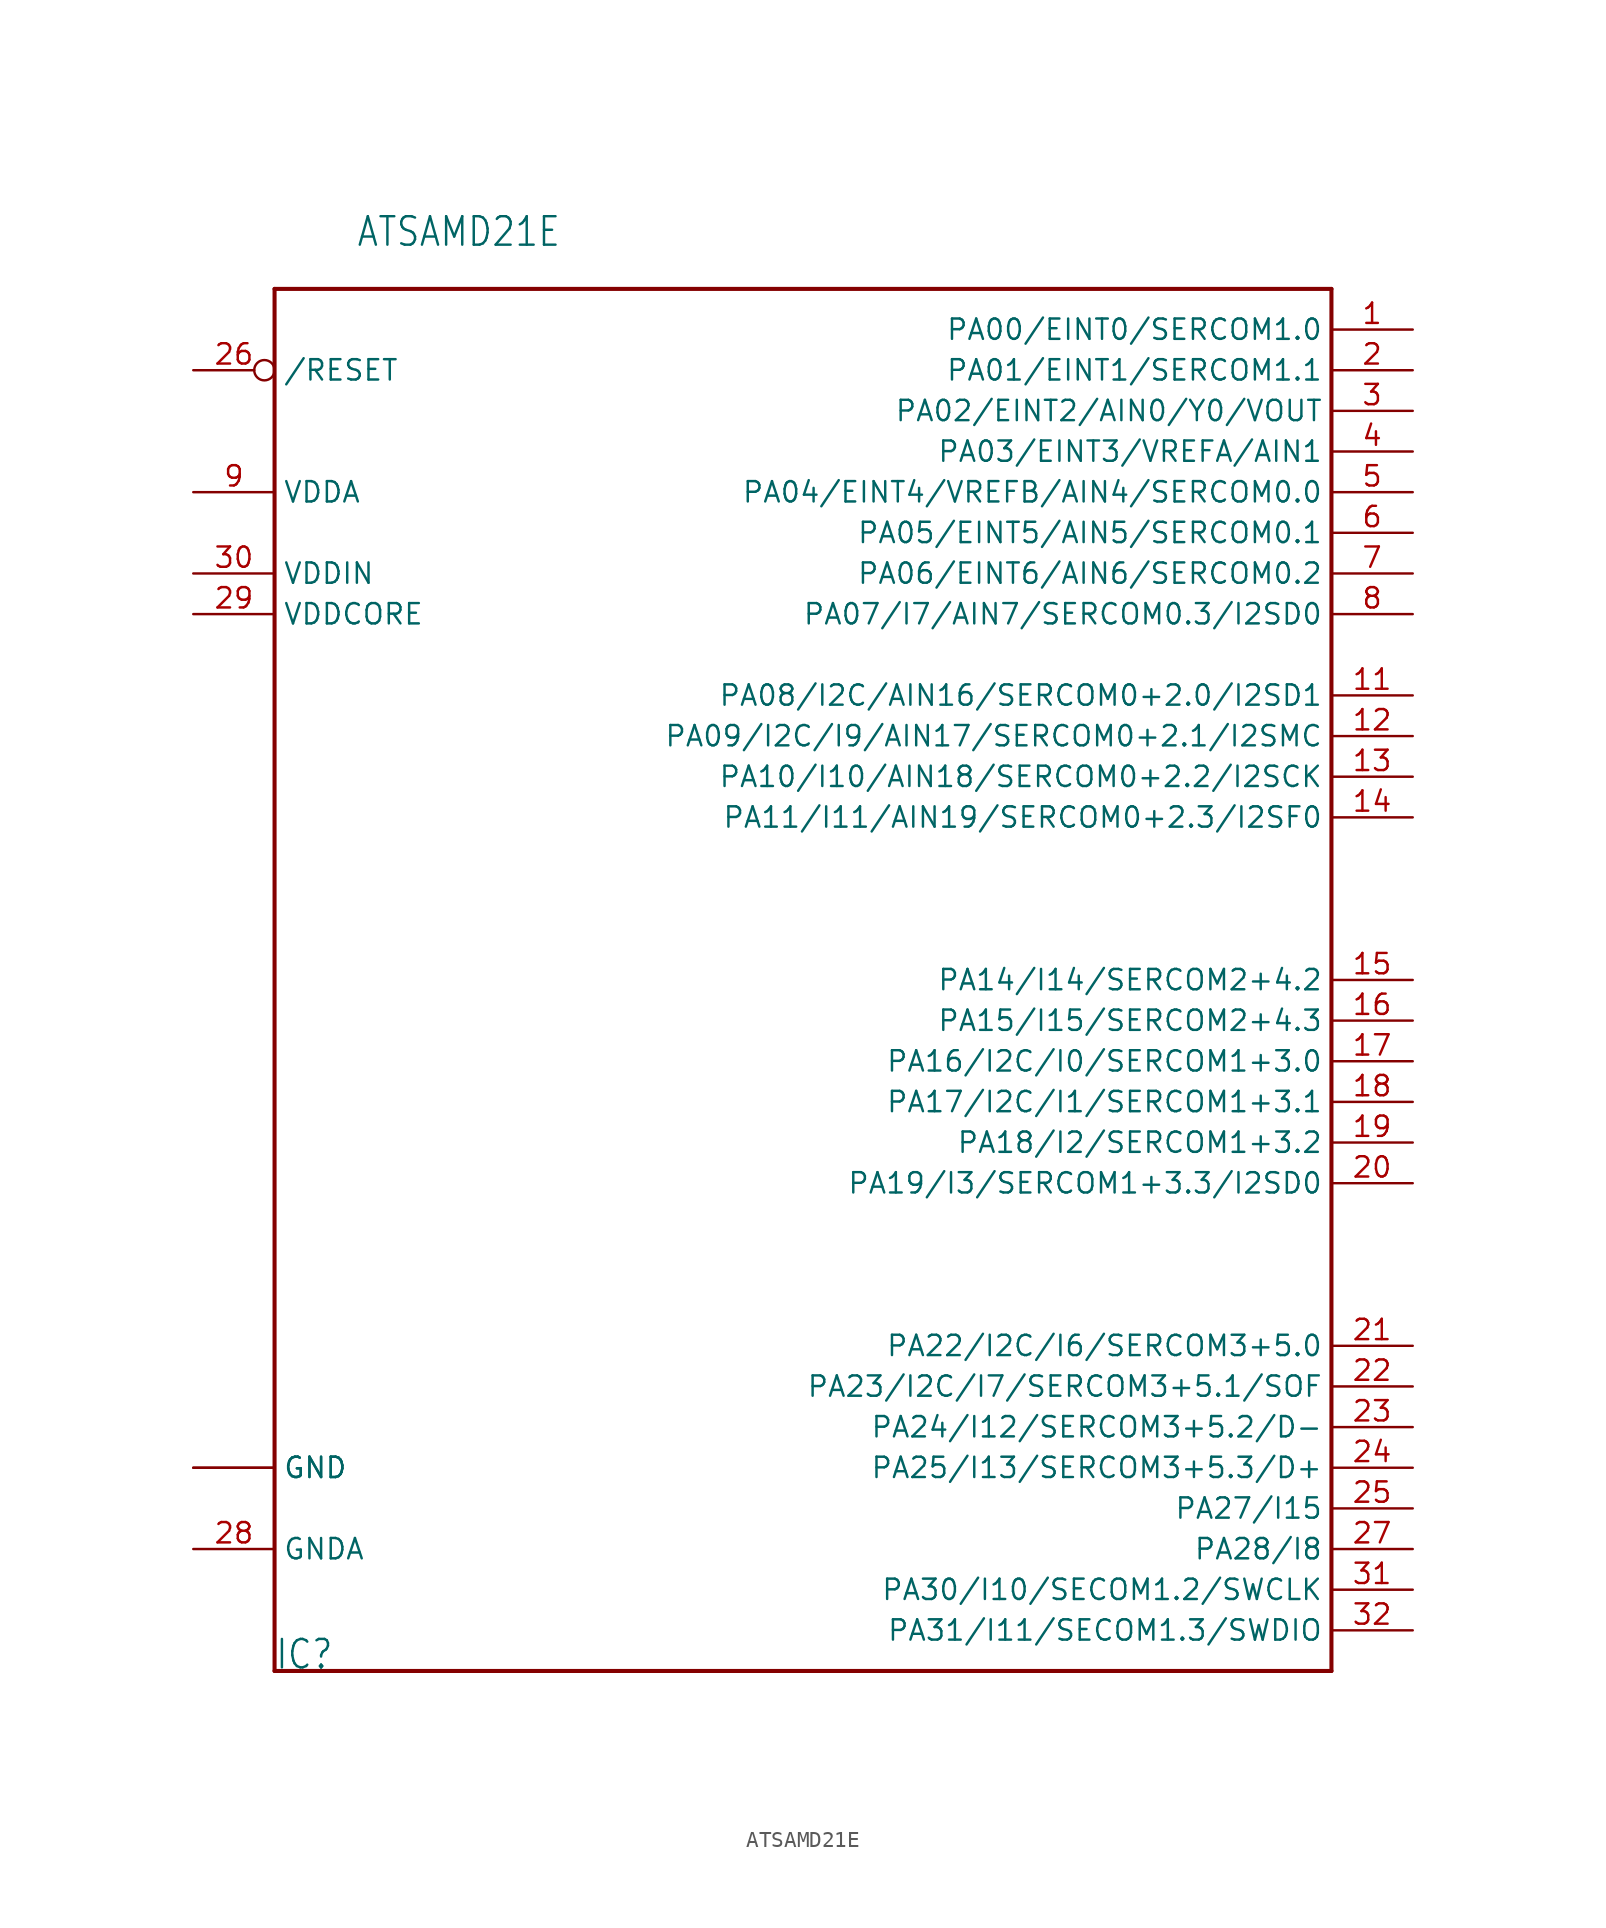
<source format=kicad_sym>
(kicad_symbol_lib
  (version 20211014)
  (generator kicad_symbol_editor)
  (symbol "ATSAMD21E"
    (property "Reference" "IC"
      (at -35.56 -43.18 0)
      (effects (font (size 1.778 1.511)) (justify left bottom)))
    (property "Value" "ATSAMD21E"
      (at -30.48 45.72 0)
      (effects (font (size 1.778 1.511)) (justify left bottom)))
    (property "ki_locked" ""
      (at 0 0 0)
      (effects (font (size 1.27 1.27))))
    (symbol "ATSAMD21E_1_0"
      (polyline (pts (xy -35.56 -43.18) (xy -35.56 43.18)) (stroke (width 0.254) (type default) (color 0 0 0 0)) (fill (type none)))
      (polyline (pts (xy -35.56 43.18) (xy 30.48 43.18)) (stroke (width 0.254) (type default) (color 0 0 0 0)) (fill (type none)))
      (polyline (pts (xy 30.48 -43.18) (xy -35.56 -43.18)) (stroke (width 0.254) (type default) (color 0 0 0 0)) (fill (type none)))
      (polyline (pts (xy 30.48 43.18) (xy 30.48 -43.18)) (stroke (width 0.254) (type default) (color 0 0 0 0)) (fill (type none)))
      (pin bidirectional line (at 35.56 40.64 180) (length 5.08) (name "PA00/EINT0/SERCOM1.0" (effects (font (size 1.27 1.27)))) (number "1" (effects (font (size 1.27 1.27)))))
      (pin power_in line (at -40.64 -30.48 0) (length 5.08) (name "GND" (effects (font (size 1.27 1.27)))) (number "10" (effects (font (size 0 0)))))
      (pin bidirectional line (at 35.56 17.78 180) (length 5.08) (name "PA08/I2C/AIN16/SERCOM0+2.0/I2SD1" (effects (font (size 1.27 1.27)))) (number "11" (effects (font (size 1.27 1.27)))))
      (pin bidirectional line (at 35.56 15.24 180) (length 5.08) (name "PA09/I2C/I9/AIN17/SERCOM0+2.1/I2SMC" (effects (font (size 1.27 1.27)))) (number "12" (effects (font (size 1.27 1.27)))))
      (pin bidirectional line (at 35.56 12.7 180) (length 5.08) (name "PA10/I10/AIN18/SERCOM0+2.2/I2SCK" (effects (font (size 1.27 1.27)))) (number "13" (effects (font (size 1.27 1.27)))))
      (pin bidirectional line (at 35.56 10.16 180) (length 5.08) (name "PA11/I11/AIN19/SERCOM0+2.3/I2SF0" (effects (font (size 1.27 1.27)))) (number "14" (effects (font (size 1.27 1.27)))))
      (pin bidirectional line (at 35.56 0 180) (length 5.08) (name "PA14/I14/SERCOM2+4.2" (effects (font (size 1.27 1.27)))) (number "15" (effects (font (size 1.27 1.27)))))
      (pin bidirectional line (at 35.56 -2.54 180) (length 5.08) (name "PA15/I15/SERCOM2+4.3" (effects (font (size 1.27 1.27)))) (number "16" (effects (font (size 1.27 1.27)))))
      (pin bidirectional line (at 35.56 -5.08 180) (length 5.08) (name "PA16/I2C/I0/SERCOM1+3.0" (effects (font (size 1.27 1.27)))) (number "17" (effects (font (size 1.27 1.27)))))
      (pin bidirectional line (at 35.56 -7.62 180) (length 5.08) (name "PA17/I2C/I1/SERCOM1+3.1" (effects (font (size 1.27 1.27)))) (number "18" (effects (font (size 1.27 1.27)))))
      (pin bidirectional line (at 35.56 -10.16 180) (length 5.08) (name "PA18/I2/SERCOM1+3.2" (effects (font (size 1.27 1.27)))) (number "19" (effects (font (size 1.27 1.27)))))
      (pin bidirectional line (at 35.56 38.1 180) (length 5.08) (name "PA01/EINT1/SERCOM1.1" (effects (font (size 1.27 1.27)))) (number "2" (effects (font (size 1.27 1.27)))))
      (pin bidirectional line (at 35.56 -12.7 180) (length 5.08) (name "PA19/I3/SERCOM1+3.3/I2SD0" (effects (font (size 1.27 1.27)))) (number "20" (effects (font (size 1.27 1.27)))))
      (pin bidirectional line (at 35.56 -22.86 180) (length 5.08) (name "PA22/I2C/I6/SERCOM3+5.0" (effects (font (size 1.27 1.27)))) (number "21" (effects (font (size 1.27 1.27)))))
      (pin bidirectional line (at 35.56 -25.4 180) (length 5.08) (name "PA23/I2C/I7/SERCOM3+5.1/SOF" (effects (font (size 1.27 1.27)))) (number "22" (effects (font (size 1.27 1.27)))))
      (pin bidirectional line (at 35.56 -27.94 180) (length 5.08) (name "PA24/I12/SERCOM3+5.2/D-" (effects (font (size 1.27 1.27)))) (number "23" (effects (font (size 1.27 1.27)))))
      (pin bidirectional line (at 35.56 -30.48 180) (length 5.08) (name "PA25/I13/SERCOM3+5.3/D+" (effects (font (size 1.27 1.27)))) (number "24" (effects (font (size 1.27 1.27)))))
      (pin bidirectional line (at 35.56 -33.02 180) (length 5.08) (name "PA27/I15" (effects (font (size 1.27 1.27)))) (number "25" (effects (font (size 1.27 1.27)))))
      (pin bidirectional inverted (at -40.64 38.1 0) (length 5.08) (name "/RESET" (effects (font (size 1.27 1.27)))) (number "26" (effects (font (size 1.27 1.27)))))
      (pin bidirectional line (at 35.56 -35.56 180) (length 5.08) (name "PA28/I8" (effects (font (size 1.27 1.27)))) (number "27" (effects (font (size 1.27 1.27)))))
      (pin power_in line (at -40.64 -35.56 0) (length 5.08) (name "GNDA" (effects (font (size 1.27 1.27)))) (number "28" (effects (font (size 1.27 1.27)))))
      (pin power_in line (at -40.64 22.86 0) (length 5.08) (name "VDDCORE" (effects (font (size 1.27 1.27)))) (number "29" (effects (font (size 1.27 1.27)))))
      (pin bidirectional line (at 35.56 35.56 180) (length 5.08) (name "PA02/EINT2/AIN0/Y0/VOUT" (effects (font (size 1.27 1.27)))) (number "3" (effects (font (size 1.27 1.27)))))
      (pin power_in line (at -40.64 25.4 0) (length 5.08) (name "VDDIN" (effects (font (size 1.27 1.27)))) (number "30" (effects (font (size 1.27 1.27)))))
      (pin bidirectional line (at 35.56 -38.1 180) (length 5.08) (name "PA30/I10/SECOM1.2/SWCLK" (effects (font (size 1.27 1.27)))) (number "31" (effects (font (size 1.27 1.27)))))
      (pin bidirectional line (at 35.56 -40.64 180) (length 5.08) (name "PA31/I11/SECOM1.3/SWDIO" (effects (font (size 1.27 1.27)))) (number "32" (effects (font (size 1.27 1.27)))))
      (pin power_in line (at -40.64 -30.48 0) (length 5.08) (name "GND" (effects (font (size 1.27 1.27)))) (number "33" (effects (font (size 0 0)))))
      (pin bidirectional line (at 35.56 33.02 180) (length 5.08) (name "PA03/EINT3/VREFA/AIN1" (effects (font (size 1.27 1.27)))) (number "4" (effects (font (size 1.27 1.27)))))
      (pin bidirectional line (at 35.56 30.48 180) (length 5.08) (name "PA04/EINT4/VREFB/AIN4/SERCOM0.0" (effects (font (size 1.27 1.27)))) (number "5" (effects (font (size 1.27 1.27)))))
      (pin bidirectional line (at 35.56 27.94 180) (length 5.08) (name "PA05/EINT5/AIN5/SERCOM0.1" (effects (font (size 1.27 1.27)))) (number "6" (effects (font (size 1.27 1.27)))))
      (pin bidirectional line (at 35.56 25.4 180) (length 5.08) (name "PA06/EINT6/AIN6/SERCOM0.2" (effects (font (size 1.27 1.27)))) (number "7" (effects (font (size 1.27 1.27)))))
      (pin bidirectional line (at 35.56 22.86 180) (length 5.08) (name "PA07/I7/AIN7/SERCOM0.3/I2SD0" (effects (font (size 1.27 1.27)))) (number "8" (effects (font (size 1.27 1.27)))))
      (pin power_in line (at -40.64 30.48 0) (length 5.08) (name "VDDA" (effects (font (size 1.27 1.27)))) (number "9" (effects (font (size 1.27 1.27))))))))
</source>
